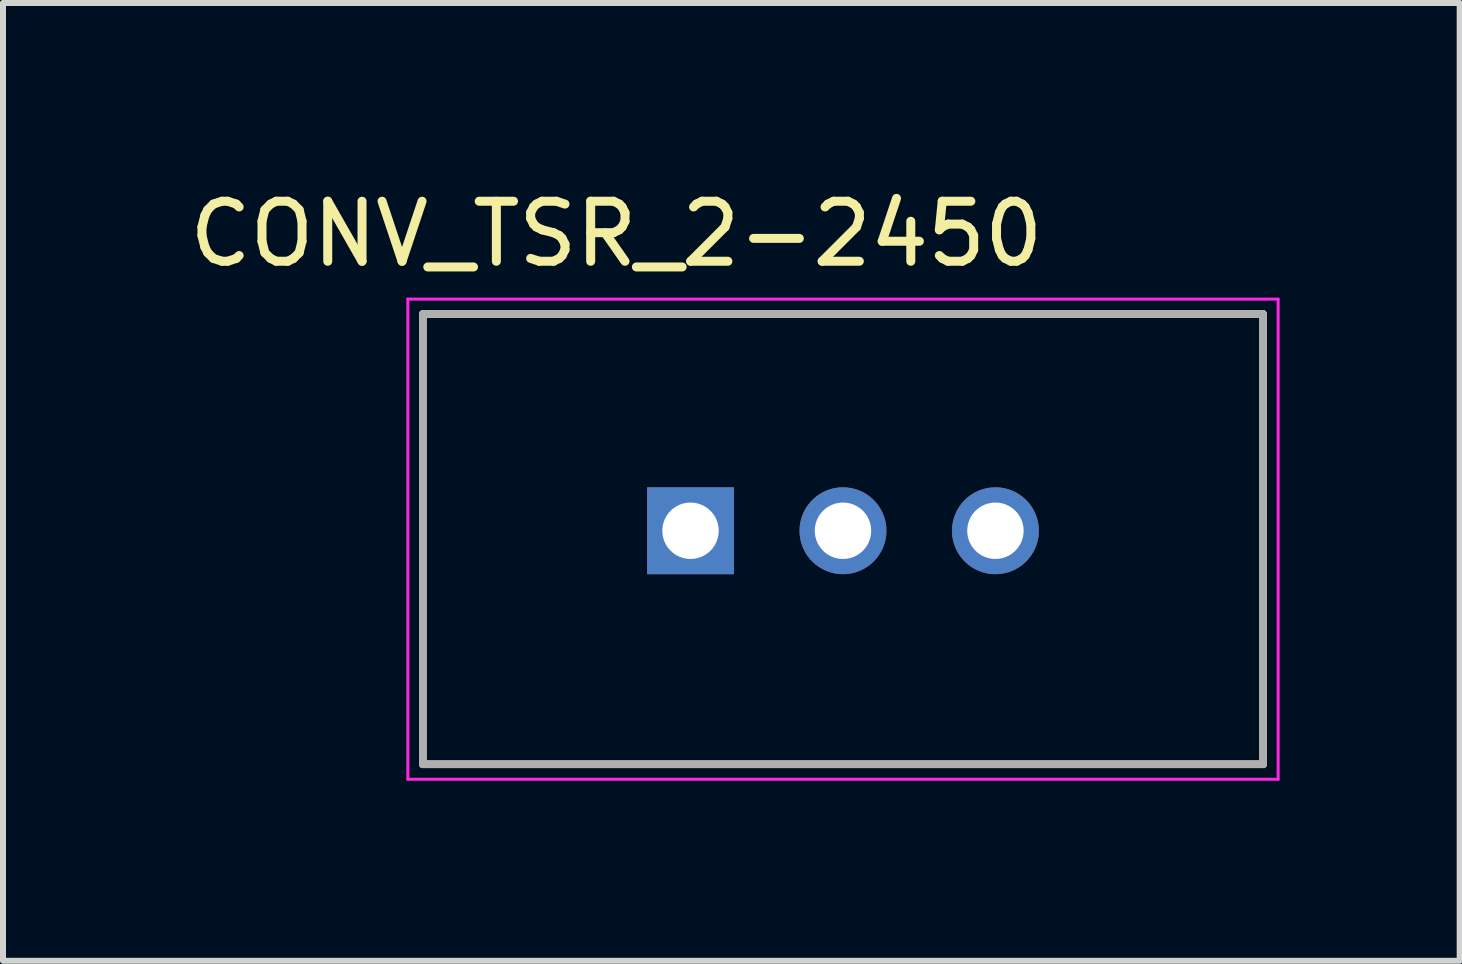
<source format=kicad_pcb>
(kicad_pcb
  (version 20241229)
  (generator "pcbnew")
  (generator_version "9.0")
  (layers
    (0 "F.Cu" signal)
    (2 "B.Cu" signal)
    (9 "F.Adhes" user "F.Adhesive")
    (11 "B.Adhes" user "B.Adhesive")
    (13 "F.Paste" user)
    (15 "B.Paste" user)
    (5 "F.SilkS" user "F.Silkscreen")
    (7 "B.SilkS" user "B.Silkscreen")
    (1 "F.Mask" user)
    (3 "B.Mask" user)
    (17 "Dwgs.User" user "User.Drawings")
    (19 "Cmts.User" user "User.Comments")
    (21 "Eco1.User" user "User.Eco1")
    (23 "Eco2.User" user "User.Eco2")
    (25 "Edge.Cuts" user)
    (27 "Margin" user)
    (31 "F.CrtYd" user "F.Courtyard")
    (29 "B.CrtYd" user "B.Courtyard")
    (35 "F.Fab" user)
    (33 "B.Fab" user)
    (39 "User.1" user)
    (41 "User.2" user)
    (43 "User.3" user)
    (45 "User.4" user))
  (footprint "CONV_TSR_2-2450"
    (layer "F.Cu")
    (at 10.995 5.933)
    (property "Reference" "CONV_TSR_2-2450" (at -3.775 -5.085 0) (layer "F.SilkS") (effects (font (size 1 1) (thickness 0.15))))
    (attr through_hole)
    (fp_line (start -7 -3.75) (end 7 -3.75) (stroke (width 0.127) (type solid)) (layer "F.SilkS"))
    (fp_line (start -7 3.75) (end -7 -3.75) (stroke (width 0.127) (type solid)) (layer "F.SilkS"))
    (fp_line (start 7 3.75) (end -7 3.75) (stroke (width 0.127) (type solid)) (layer "F.SilkS"))
    (fp_line (start 7 3.75) (end 7 -3.75) (stroke (width 0.127) (type solid)) (layer "F.SilkS"))
    (fp_line (start -7.25 -4) (end -7.25 4) (stroke (width 0.05) (type solid)) (layer "F.CrtYd"))
    (fp_line (start -7.25 -4) (end 7.25 -4) (stroke (width 0.05) (type solid)) (layer "F.CrtYd"))
    (fp_line (start 7.25 4) (end -7.25 4) (stroke (width 0.05) (type solid)) (layer "F.CrtYd"))
    (fp_line (start 7.25 4) (end 7.25 -4) (stroke (width 0.05) (type solid)) (layer "F.CrtYd"))
    (fp_line (start -7 -3.75) (end 7 -3.75) (stroke (width 0.127) (type solid)) (layer "F.Fab"))
    (fp_line (start -7 3.75) (end -7 -3.75) (stroke (width 0.127) (type solid)) (layer "F.Fab"))
    (fp_line (start 7 -3.75) (end 7 3.75) (stroke (width 0.127) (type solid)) (layer "F.Fab"))
    (fp_line (start 7 3.75) (end -7 3.75) (stroke (width 0.127) (type solid)) (layer "F.Fab"))
    (pad "1" thru_hole rect (at -2.54 -0.14) (size 1.448 1.448) (drill 0.94) (layers "*.Cu" "*.Mask"))
    (pad "2" thru_hole circle (at 0 -0.14) (size 1.448 1.448) (drill 0.94) (layers "*.Cu" "*.Mask"))
    (pad "3" thru_hole circle (at 2.54 -0.14) (size 1.448 1.448) (drill 0.94) (layers "*.Cu" "*.Mask")))
  (gr_rect
    (start -3 -3)
    (end 21.27 12.958)
    (stroke (width 0.1) (type default))
    (fill no)
    (layer "Edge.Cuts")))
</source>
